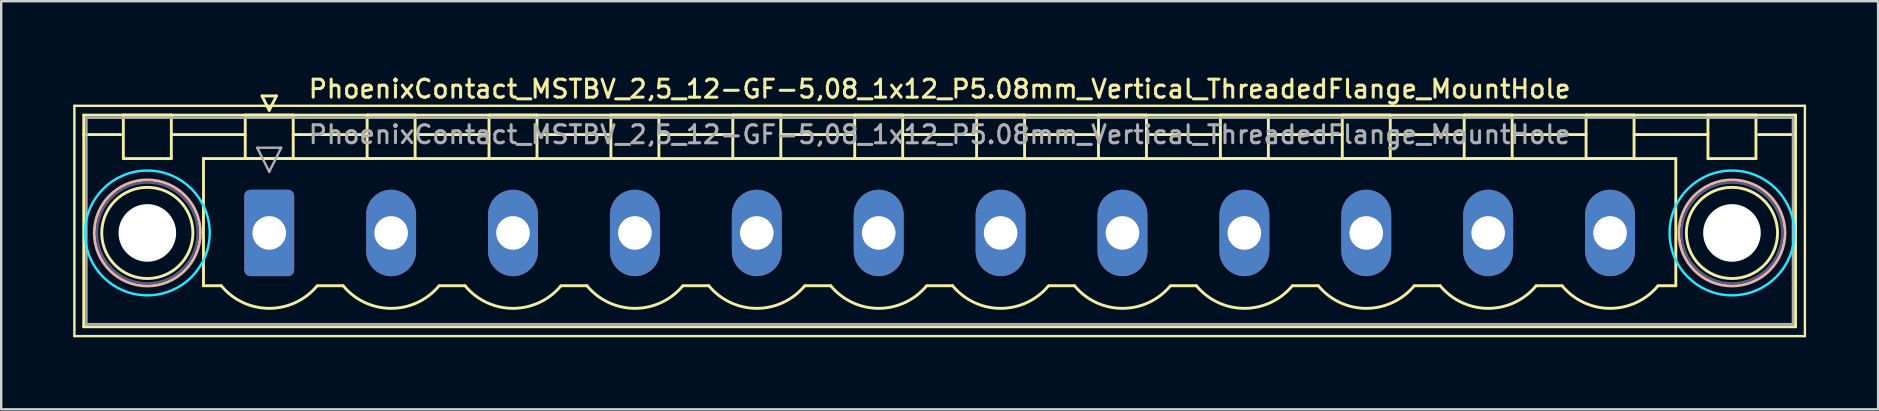
<source format=kicad_pcb>
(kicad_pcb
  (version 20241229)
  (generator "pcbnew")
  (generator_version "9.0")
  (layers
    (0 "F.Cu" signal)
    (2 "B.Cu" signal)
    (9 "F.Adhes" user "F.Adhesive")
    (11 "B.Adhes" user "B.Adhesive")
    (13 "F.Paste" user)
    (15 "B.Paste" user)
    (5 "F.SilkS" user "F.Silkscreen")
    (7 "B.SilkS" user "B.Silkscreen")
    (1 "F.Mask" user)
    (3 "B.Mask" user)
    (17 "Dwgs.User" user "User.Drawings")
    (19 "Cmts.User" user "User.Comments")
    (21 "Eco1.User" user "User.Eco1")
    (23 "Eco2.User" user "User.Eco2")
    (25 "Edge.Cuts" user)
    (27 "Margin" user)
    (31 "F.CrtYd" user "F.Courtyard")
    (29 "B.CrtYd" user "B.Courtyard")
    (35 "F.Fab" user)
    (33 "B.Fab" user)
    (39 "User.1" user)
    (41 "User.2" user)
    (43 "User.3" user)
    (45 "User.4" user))
  (footprint "PhoenixContact_MSTBV_2,5_12-GF-5,08_1x12_P5.08mm_Vertical_ThreadedFlange_MountHole"
    (layer "F.Cu")
    (at 8.17 6.658)
    (property "Reference" "PhoenixContact_MSTBV_2,5_12-GF-5,08_1x12_P5.08mm_Vertical_ThreadedFlange_MountHole" (at 27.94 -6 0) (layer "F.SilkS") (effects (font (size 0.75 0.75) (thickness 0.125))))
    (attr through_hole)
    (fp_line (start -8.12 -5.3) (end -8.12 4.3) (stroke (width 0.1) (type solid)) (layer "F.SilkS"))
    (fp_line (start -8.12 4.3) (end 64 4.3) (stroke (width 0.1) (type solid)) (layer "F.SilkS"))
    (fp_line (start -7.73 -4.91) (end -7.73 3.91) (stroke (width 0.12) (type solid)) (layer "F.SilkS"))
    (fp_line (start -7.73 -4.1) (end -6.19 -4.1) (stroke (width 0.12) (type solid)) (layer "F.SilkS"))
    (fp_line (start -7.73 3.91) (end 63.61 3.91) (stroke (width 0.12) (type solid)) (layer "F.SilkS"))
    (fp_line (start -6.08 -4.91) (end -4.08 -4.91) (stroke (width 0.12) (type solid)) (layer "F.SilkS"))
    (fp_line (start -6.08 -3.1) (end -6.08 -4.91) (stroke (width 0.12) (type solid)) (layer "F.SilkS"))
    (fp_line (start -4.08 -4.91) (end -4.08 -3.1) (stroke (width 0.12) (type solid)) (layer "F.SilkS"))
    (fp_line (start -4.08 -4.1) (end -1 -4.1) (stroke (width 0.12) (type solid)) (layer "F.SilkS"))
    (fp_line (start -4.08 -3.1) (end -6.08 -3.1) (stroke (width 0.12) (type solid)) (layer "F.SilkS"))
    (fp_line (start -2.74 -3.1) (end 58.62 -3.1) (stroke (width 0.12) (type solid)) (layer "F.SilkS"))
    (fp_line (start -2.74 2.2) (end -2.74 -3.1) (stroke (width 0.12) (type solid)) (layer "F.SilkS"))
    (fp_line (start -2 2.2) (end -2.74 2.2) (stroke (width 0.12) (type solid)) (layer "F.SilkS"))
    (fp_line (start -1 -4.91) (end 1 -4.91) (stroke (width 0.12) (type solid)) (layer "F.SilkS"))
    (fp_line (start -1 -3.1) (end -1 -4.91) (stroke (width 0.12) (type solid)) (layer "F.SilkS"))
    (fp_line (start -0.3 -5.71) (end 0.3 -5.71) (stroke (width 0.12) (type solid)) (layer "F.SilkS"))
    (fp_line (start 0 -5.11) (end -0.3 -5.71) (stroke (width 0.12) (type solid)) (layer "F.SilkS"))
    (fp_line (start 0.3 -5.71) (end 0 -5.11) (stroke (width 0.12) (type solid)) (layer "F.SilkS"))
    (fp_line (start 1 -4.91) (end 1 -3.1) (stroke (width 0.12) (type solid)) (layer "F.SilkS"))
    (fp_line (start 1 -4.1) (end 4.08 -4.1) (stroke (width 0.12) (type solid)) (layer "F.SilkS"))
    (fp_line (start 1 -3.1) (end -1 -3.1) (stroke (width 0.12) (type solid)) (layer "F.SilkS"))
    (fp_line (start 2 2.2) (end 3.08 2.2) (stroke (width 0.12) (type solid)) (layer "F.SilkS"))
    (fp_line (start 4.08 -4.91) (end 6.08 -4.91) (stroke (width 0.12) (type solid)) (layer "F.SilkS"))
    (fp_line (start 4.08 -3.1) (end 4.08 -4.91) (stroke (width 0.12) (type solid)) (layer "F.SilkS"))
    (fp_line (start 6.08 -4.91) (end 6.08 -3.1) (stroke (width 0.12) (type solid)) (layer "F.SilkS"))
    (fp_line (start 6.08 -4.1) (end 9.16 -4.1) (stroke (width 0.12) (type solid)) (layer "F.SilkS"))
    (fp_line (start 6.08 -3.1) (end 4.08 -3.1) (stroke (width 0.12) (type solid)) (layer "F.SilkS"))
    (fp_line (start 7.08 2.2) (end 8.16 2.2) (stroke (width 0.12) (type solid)) (layer "F.SilkS"))
    (fp_line (start 9.16 -4.91) (end 11.16 -4.91) (stroke (width 0.12) (type solid)) (layer "F.SilkS"))
    (fp_line (start 9.16 -3.1) (end 9.16 -4.91) (stroke (width 0.12) (type solid)) (layer "F.SilkS"))
    (fp_line (start 11.16 -4.91) (end 11.16 -3.1) (stroke (width 0.12) (type solid)) (layer "F.SilkS"))
    (fp_line (start 11.16 -4.1) (end 14.24 -4.1) (stroke (width 0.12) (type solid)) (layer "F.SilkS"))
    (fp_line (start 11.16 -3.1) (end 9.16 -3.1) (stroke (width 0.12) (type solid)) (layer "F.SilkS"))
    (fp_line (start 12.16 2.2) (end 13.24 2.2) (stroke (width 0.12) (type solid)) (layer "F.SilkS"))
    (fp_line (start 14.24 -4.91) (end 16.24 -4.91) (stroke (width 0.12) (type solid)) (layer "F.SilkS"))
    (fp_line (start 14.24 -3.1) (end 14.24 -4.91) (stroke (width 0.12) (type solid)) (layer "F.SilkS"))
    (fp_line (start 16.24 -4.91) (end 16.24 -3.1) (stroke (width 0.12) (type solid)) (layer "F.SilkS"))
    (fp_line (start 16.24 -4.1) (end 19.32 -4.1) (stroke (width 0.12) (type solid)) (layer "F.SilkS"))
    (fp_line (start 16.24 -3.1) (end 14.24 -3.1) (stroke (width 0.12) (type solid)) (layer "F.SilkS"))
    (fp_line (start 17.24 2.2) (end 18.32 2.2) (stroke (width 0.12) (type solid)) (layer "F.SilkS"))
    (fp_line (start 19.32 -4.91) (end 21.32 -4.91) (stroke (width 0.12) (type solid)) (layer "F.SilkS"))
    (fp_line (start 19.32 -3.1) (end 19.32 -4.91) (stroke (width 0.12) (type solid)) (layer "F.SilkS"))
    (fp_line (start 21.32 -4.91) (end 21.32 -3.1) (stroke (width 0.12) (type solid)) (layer "F.SilkS"))
    (fp_line (start 21.32 -4.1) (end 24.4 -4.1) (stroke (width 0.12) (type solid)) (layer "F.SilkS"))
    (fp_line (start 21.32 -3.1) (end 19.32 -3.1) (stroke (width 0.12) (type solid)) (layer "F.SilkS"))
    (fp_line (start 22.32 2.2) (end 23.4 2.2) (stroke (width 0.12) (type solid)) (layer "F.SilkS"))
    (fp_line (start 24.4 -4.91) (end 26.4 -4.91) (stroke (width 0.12) (type solid)) (layer "F.SilkS"))
    (fp_line (start 24.4 -3.1) (end 24.4 -4.91) (stroke (width 0.12) (type solid)) (layer "F.SilkS"))
    (fp_line (start 26.4 -4.91) (end 26.4 -3.1) (stroke (width 0.12) (type solid)) (layer "F.SilkS"))
    (fp_line (start 26.4 -4.1) (end 29.48 -4.1) (stroke (width 0.12) (type solid)) (layer "F.SilkS"))
    (fp_line (start 26.4 -3.1) (end 24.4 -3.1) (stroke (width 0.12) (type solid)) (layer "F.SilkS"))
    (fp_line (start 27.4 2.2) (end 28.48 2.2) (stroke (width 0.12) (type solid)) (layer "F.SilkS"))
    (fp_line (start 29.48 -4.91) (end 31.48 -4.91) (stroke (width 0.12) (type solid)) (layer "F.SilkS"))
    (fp_line (start 29.48 -3.1) (end 29.48 -4.91) (stroke (width 0.12) (type solid)) (layer "F.SilkS"))
    (fp_line (start 31.48 -4.91) (end 31.48 -3.1) (stroke (width 0.12) (type solid)) (layer "F.SilkS"))
    (fp_line (start 31.48 -4.1) (end 34.56 -4.1) (stroke (width 0.12) (type solid)) (layer "F.SilkS"))
    (fp_line (start 31.48 -3.1) (end 29.48 -3.1) (stroke (width 0.12) (type solid)) (layer "F.SilkS"))
    (fp_line (start 32.48 2.2) (end 33.56 2.2) (stroke (width 0.12) (type solid)) (layer "F.SilkS"))
    (fp_line (start 34.56 -4.91) (end 36.56 -4.91) (stroke (width 0.12) (type solid)) (layer "F.SilkS"))
    (fp_line (start 34.56 -3.1) (end 34.56 -4.91) (stroke (width 0.12) (type solid)) (layer "F.SilkS"))
    (fp_line (start 36.56 -4.91) (end 36.56 -3.1) (stroke (width 0.12) (type solid)) (layer "F.SilkS"))
    (fp_line (start 36.56 -4.1) (end 39.64 -4.1) (stroke (width 0.12) (type solid)) (layer "F.SilkS"))
    (fp_line (start 36.56 -3.1) (end 34.56 -3.1) (stroke (width 0.12) (type solid)) (layer "F.SilkS"))
    (fp_line (start 37.56 2.2) (end 38.64 2.2) (stroke (width 0.12) (type solid)) (layer "F.SilkS"))
    (fp_line (start 39.64 -4.91) (end 41.64 -4.91) (stroke (width 0.12) (type solid)) (layer "F.SilkS"))
    (fp_line (start 39.64 -3.1) (end 39.64 -4.91) (stroke (width 0.12) (type solid)) (layer "F.SilkS"))
    (fp_line (start 41.64 -4.91) (end 41.64 -3.1) (stroke (width 0.12) (type solid)) (layer "F.SilkS"))
    (fp_line (start 41.64 -4.1) (end 44.72 -4.1) (stroke (width 0.12) (type solid)) (layer "F.SilkS"))
    (fp_line (start 41.64 -3.1) (end 39.64 -3.1) (stroke (width 0.12) (type solid)) (layer "F.SilkS"))
    (fp_line (start 42.64 2.2) (end 43.72 2.2) (stroke (width 0.12) (type solid)) (layer "F.SilkS"))
    (fp_line (start 44.72 -4.91) (end 46.72 -4.91) (stroke (width 0.12) (type solid)) (layer "F.SilkS"))
    (fp_line (start 44.72 -3.1) (end 44.72 -4.91) (stroke (width 0.12) (type solid)) (layer "F.SilkS"))
    (fp_line (start 46.72 -4.91) (end 46.72 -3.1) (stroke (width 0.12) (type solid)) (layer "F.SilkS"))
    (fp_line (start 46.72 -4.1) (end 49.8 -4.1) (stroke (width 0.12) (type solid)) (layer "F.SilkS"))
    (fp_line (start 46.72 -3.1) (end 44.72 -3.1) (stroke (width 0.12) (type solid)) (layer "F.SilkS"))
    (fp_line (start 47.72 2.2) (end 48.8 2.2) (stroke (width 0.12) (type solid)) (layer "F.SilkS"))
    (fp_line (start 49.8 -4.91) (end 51.8 -4.91) (stroke (width 0.12) (type solid)) (layer "F.SilkS"))
    (fp_line (start 49.8 -3.1) (end 49.8 -4.91) (stroke (width 0.12) (type solid)) (layer "F.SilkS"))
    (fp_line (start 51.8 -4.91) (end 51.8 -3.1) (stroke (width 0.12) (type solid)) (layer "F.SilkS"))
    (fp_line (start 51.8 -4.1) (end 54.88 -4.1) (stroke (width 0.12) (type solid)) (layer "F.SilkS"))
    (fp_line (start 51.8 -3.1) (end 49.8 -3.1) (stroke (width 0.12) (type solid)) (layer "F.SilkS"))
    (fp_line (start 52.8 2.2) (end 53.88 2.2) (stroke (width 0.12) (type solid)) (layer "F.SilkS"))
    (fp_line (start 54.88 -4.91) (end 56.88 -4.91) (stroke (width 0.12) (type solid)) (layer "F.SilkS"))
    (fp_line (start 54.88 -3.1) (end 54.88 -4.91) (stroke (width 0.12) (type solid)) (layer "F.SilkS"))
    (fp_line (start 56.88 -4.91) (end 56.88 -3.1) (stroke (width 0.12) (type solid)) (layer "F.SilkS"))
    (fp_line (start 56.88 -4.1) (end 59.96 -4.1) (stroke (width 0.12) (type solid)) (layer "F.SilkS"))
    (fp_line (start 56.88 -3.1) (end 54.88 -3.1) (stroke (width 0.12) (type solid)) (layer "F.SilkS"))
    (fp_line (start 58.62 -3.1) (end 58.62 2.2) (stroke (width 0.12) (type solid)) (layer "F.SilkS"))
    (fp_line (start 58.62 2.2) (end 57.88 2.2) (stroke (width 0.12) (type solid)) (layer "F.SilkS"))
    (fp_line (start 59.96 -4.91) (end 61.96 -4.91) (stroke (width 0.12) (type solid)) (layer "F.SilkS"))
    (fp_line (start 59.96 -3.1) (end 59.96 -4.91) (stroke (width 0.12) (type solid)) (layer "F.SilkS"))
    (fp_line (start 61.96 -4.91) (end 61.96 -3.1) (stroke (width 0.12) (type solid)) (layer "F.SilkS"))
    (fp_line (start 61.96 -3.1) (end 59.96 -3.1) (stroke (width 0.12) (type solid)) (layer "F.SilkS"))
    (fp_line (start 63.61 -4.91) (end -7.73 -4.91) (stroke (width 0.12) (type solid)) (layer "F.SilkS"))
    (fp_line (start 63.61 -4.1) (end 62.07 -4.1) (stroke (width 0.12) (type solid)) (layer "F.SilkS"))
    (fp_line (start 63.61 3.91) (end 63.61 -4.91) (stroke (width 0.12) (type solid)) (layer "F.SilkS"))
    (fp_line (start 64 -5.3) (end -8.12 -5.3) (stroke (width 0.1) (type solid)) (layer "F.SilkS"))
    (fp_line (start 64 4.3) (end 64 -5.3) (stroke (width 0.1) (type solid)) (layer "F.SilkS"))
    (fp_arc (start 1.986842 2.215821) (mid -0.010289 3.142758) (end -2 2.2) (stroke (width 0.12) (type solid)) (layer "F.SilkS"))
    (fp_arc (start 7.066842 2.215821) (mid 5.069711 3.142758) (end 3.08 2.2) (stroke (width 0.12) (type solid)) (layer "F.SilkS"))
    (fp_arc (start 12.146842 2.215821) (mid 10.149711 3.142758) (end 8.16 2.2) (stroke (width 0.12) (type solid)) (layer "F.SilkS"))
    (fp_arc (start 17.226842 2.215821) (mid 15.229711 3.142758) (end 13.24 2.2) (stroke (width 0.12) (type solid)) (layer "F.SilkS"))
    (fp_arc (start 22.306842 2.215821) (mid 20.309711 3.142758) (end 18.32 2.2) (stroke (width 0.12) (type solid)) (layer "F.SilkS"))
    (fp_arc (start 27.386842 2.215821) (mid 25.389711 3.142758) (end 23.4 2.2) (stroke (width 0.12) (type solid)) (layer "F.SilkS"))
    (fp_arc (start 32.466842 2.215821) (mid 30.469711 3.142758) (end 28.48 2.2) (stroke (width 0.12) (type solid)) (layer "F.SilkS"))
    (fp_arc (start 37.546842 2.215821) (mid 35.549711 3.142758) (end 33.56 2.2) (stroke (width 0.12) (type solid)) (layer "F.SilkS"))
    (fp_arc (start 42.626842 2.215821) (mid 40.629711 3.142758) (end 38.64 2.2) (stroke (width 0.12) (type solid)) (layer "F.SilkS"))
    (fp_arc (start 47.706842 2.215821) (mid 45.709711 3.142758) (end 43.72 2.2) (stroke (width 0.12) (type solid)) (layer "F.SilkS"))
    (fp_arc (start 52.786842 2.215821) (mid 50.789711 3.142758) (end 48.8 2.2) (stroke (width 0.12) (type solid)) (layer "F.SilkS"))
    (fp_arc (start 57.866842 2.215821) (mid 55.869711 3.142758) (end 53.88 2.2) (stroke (width 0.12) (type solid)) (layer "F.SilkS"))
    (fp_circle (center -5.08 0) (end -3.18 0) (stroke (width 0.12) (type solid)) (fill no) (layer "F.SilkS"))
    (fp_circle (center 60.96 0) (end 62.86 0) (stroke (width 0.12) (type solid)) (fill no) (layer "F.SilkS"))
    (fp_circle (center -5.08 0) (end -2.87 0) (stroke (width 0.12) (type solid)) (fill no) (layer "B.SilkS"))
    (fp_circle (center 60.96 0) (end 63.17 0) (stroke (width 0.12) (type solid)) (fill no) (layer "B.SilkS"))
    (fp_circle (center -5.08 0) (end -2.48 0) (stroke (width 0.1) (type solid)) (fill no) (layer "B.CrtYd"))
    (fp_circle (center 60.96 0) (end 63.56 0) (stroke (width 0.1) (type solid)) (fill no) (layer "B.CrtYd"))
    (fp_circle (center -5.08 0) (end -2.98 0) (stroke (width 0.1) (type solid)) (fill no) (layer "B.Fab"))
    (fp_circle (center 60.96 0) (end 63.06 0) (stroke (width 0.1) (type solid)) (fill no) (layer "B.Fab"))
    (fp_line (start -7.62 -4.8) (end -7.62 3.8) (stroke (width 0.1) (type solid)) (layer "F.Fab"))
    (fp_line (start -7.62 3.8) (end 63.5 3.8) (stroke (width 0.1) (type solid)) (layer "F.Fab"))
    (fp_line (start -0.5 -3.55) (end 0.5 -3.55) (stroke (width 0.1) (type solid)) (layer "F.Fab"))
    (fp_line (start 0 -2.55) (end -0.5 -3.55) (stroke (width 0.1) (type solid)) (layer "F.Fab"))
    (fp_line (start 0.5 -3.55) (end 0 -2.55) (stroke (width 0.1) (type solid)) (layer "F.Fab"))
    (fp_line (start 63.5 -4.8) (end -7.62 -4.8) (stroke (width 0.1) (type solid)) (layer "F.Fab"))
    (fp_line (start 63.5 3.8) (end 63.5 -4.8) (stroke (width 0.1) (type solid)) (layer "F.Fab"))
    (fp_text user "${REFERENCE}" (at 27.94 -4.1 0) (layer "F.Fab") (effects (font (size 0.75 0.75) (thickness 0.125))))
    (pad "" np_thru_hole circle (at -5.08 0) (size 2.4 2.4) (drill 2.4) (layers "*.Cu" "*.Mask"))
    (pad "" np_thru_hole circle (at 60.96 0) (size 2.4 2.4) (drill 2.4) (layers "*.Cu" "*.Mask"))
    (pad "1" thru_hole roundrect (at 0 0) (size 2.08 3.6) (drill 1.4) (layers "*.Cu" "*.Mask") (roundrect_rratio 0.12))
    (pad "2" thru_hole oval (at 5.08 0) (size 2.08 3.6) (drill 1.4) (layers "*.Cu" "*.Mask"))
    (pad "3" thru_hole oval (at 10.16 0) (size 2.08 3.6) (drill 1.4) (layers "*.Cu" "*.Mask"))
    (pad "4" thru_hole oval (at 15.24 0) (size 2.08 3.6) (drill 1.4) (layers "*.Cu" "*.Mask"))
    (pad "5" thru_hole oval (at 20.32 0) (size 2.08 3.6) (drill 1.4) (layers "*.Cu" "*.Mask"))
    (pad "6" thru_hole oval (at 25.4 0) (size 2.08 3.6) (drill 1.4) (layers "*.Cu" "*.Mask"))
    (pad "7" thru_hole oval (at 30.48 0) (size 2.08 3.6) (drill 1.4) (layers "*.Cu" "*.Mask"))
    (pad "8" thru_hole oval (at 35.56 0) (size 2.08 3.6) (drill 1.4) (layers "*.Cu" "*.Mask"))
    (pad "9" thru_hole oval (at 40.64 0) (size 2.08 3.6) (drill 1.4) (layers "*.Cu" "*.Mask"))
    (pad "10" thru_hole oval (at 45.72 0) (size 2.08 3.6) (drill 1.4) (layers "*.Cu" "*.Mask"))
    (pad "11" thru_hole oval (at 50.8 0) (size 2.08 3.6) (drill 1.4) (layers "*.Cu" "*.Mask"))
    (pad "12" thru_hole oval (at 55.88 0) (size 2.08 3.6) (drill 1.4) (layers "*.Cu" "*.Mask")))
  (gr_rect
    (start -3 -3)
    (end 75.22 14.008)
    (stroke (width 0.1) (type default))
    (fill no)
    (layer "Edge.Cuts")))
</source>
